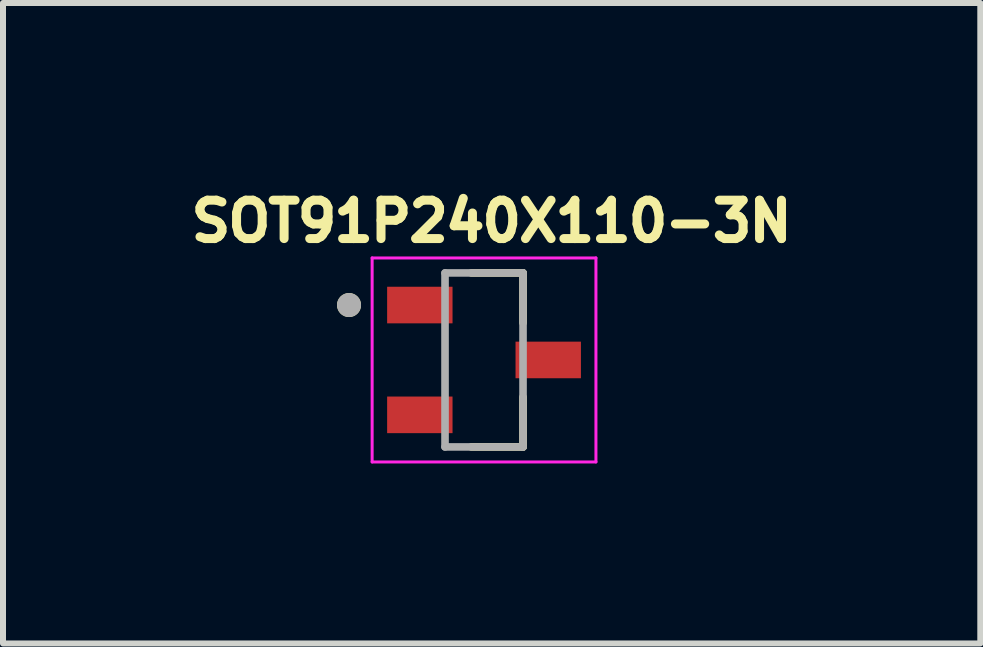
<source format=kicad_pcb>
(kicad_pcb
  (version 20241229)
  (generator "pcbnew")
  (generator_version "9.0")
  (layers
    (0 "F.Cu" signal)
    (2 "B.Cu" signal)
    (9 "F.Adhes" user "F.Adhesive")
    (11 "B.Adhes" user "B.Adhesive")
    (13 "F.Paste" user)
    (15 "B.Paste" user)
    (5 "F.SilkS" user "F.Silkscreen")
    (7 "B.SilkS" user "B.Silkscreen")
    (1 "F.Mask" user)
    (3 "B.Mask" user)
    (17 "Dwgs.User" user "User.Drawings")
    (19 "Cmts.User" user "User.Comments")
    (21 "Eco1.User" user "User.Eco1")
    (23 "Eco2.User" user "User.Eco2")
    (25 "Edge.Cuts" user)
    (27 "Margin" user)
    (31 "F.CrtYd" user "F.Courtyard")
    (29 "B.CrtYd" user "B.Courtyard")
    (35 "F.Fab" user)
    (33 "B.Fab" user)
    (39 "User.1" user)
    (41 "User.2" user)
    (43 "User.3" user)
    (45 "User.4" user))
  (footprint "SOT91P240X110-3N"
    (layer "F.Cu")
    (at 5.017 2.949)
    (property "Reference" "SOT91P240X110-3N" (at 0.127 -2.311 0) (layer "F.SilkS") (effects (font (size 0.64 0.64) (thickness 0.15))))
    (attr smd)
    (fp_line (start -0.211 -1.45) (end 0.65 -1.45) (stroke (width 0.127) (type solid)) (layer "F.SilkS"))
    (fp_line (start 0.65 -1.45) (end 0.65 -0.619) (stroke (width 0.127) (type solid)) (layer "F.SilkS"))
    (fp_line (start 0.65 0.619) (end 0.65 1.45) (stroke (width 0.127) (type solid)) (layer "F.SilkS"))
    (fp_line (start 0.65 1.45) (end -0.211 1.45) (stroke (width 0.127) (type solid)) (layer "F.SilkS"))
    (fp_circle (center -2.25 -0.915) (end -2.15 -0.915) (stroke (width 0.2) (type solid)) (fill no) (layer "F.SilkS"))
    (fp_line (start -1.865 -1.7) (end 1.865 -1.7) (stroke (width 0.05) (type solid)) (layer "F.CrtYd"))
    (fp_line (start -1.865 1.7) (end -1.865 -1.7) (stroke (width 0.05) (type solid)) (layer "F.CrtYd"))
    (fp_line (start 1.865 -1.7) (end 1.865 1.7) (stroke (width 0.05) (type solid)) (layer "F.CrtYd"))
    (fp_line (start 1.865 1.7) (end -1.865 1.7) (stroke (width 0.05) (type solid)) (layer "F.CrtYd"))
    (fp_line (start -0.65 -1.45) (end 0.65 -1.45) (stroke (width 0.127) (type solid)) (layer "F.Fab"))
    (fp_line (start -0.65 1.45) (end -0.65 -1.45) (stroke (width 0.127) (type solid)) (layer "F.Fab"))
    (fp_line (start 0.65 -1.45) (end 0.65 1.45) (stroke (width 0.127) (type solid)) (layer "F.Fab"))
    (fp_line (start 0.65 1.45) (end -0.65 1.45) (stroke (width 0.127) (type solid)) (layer "F.Fab"))
    (fp_circle (center -2.25 -0.915) (end -2.15 -0.915) (stroke (width 0.2) (type solid)) (fill no) (layer "F.Fab"))
    (pad "1" smd rect (at -1.07 -0.915) (size 1.09 0.61) (layers "F.Cu" "F.Mask" "F.Paste"))
    (pad "2" smd rect (at -1.07 0.915) (size 1.09 0.61) (layers "F.Cu" "F.Mask" "F.Paste"))
    (pad "3" smd rect (at 1.07 0) (size 1.09 0.61) (layers "F.Cu" "F.Mask" "F.Paste")))
  (gr_rect
    (start -3 -3)
    (end 13.288 7.674)
    (stroke (width 0.1) (type default))
    (fill no)
    (layer "Edge.Cuts")))
</source>
